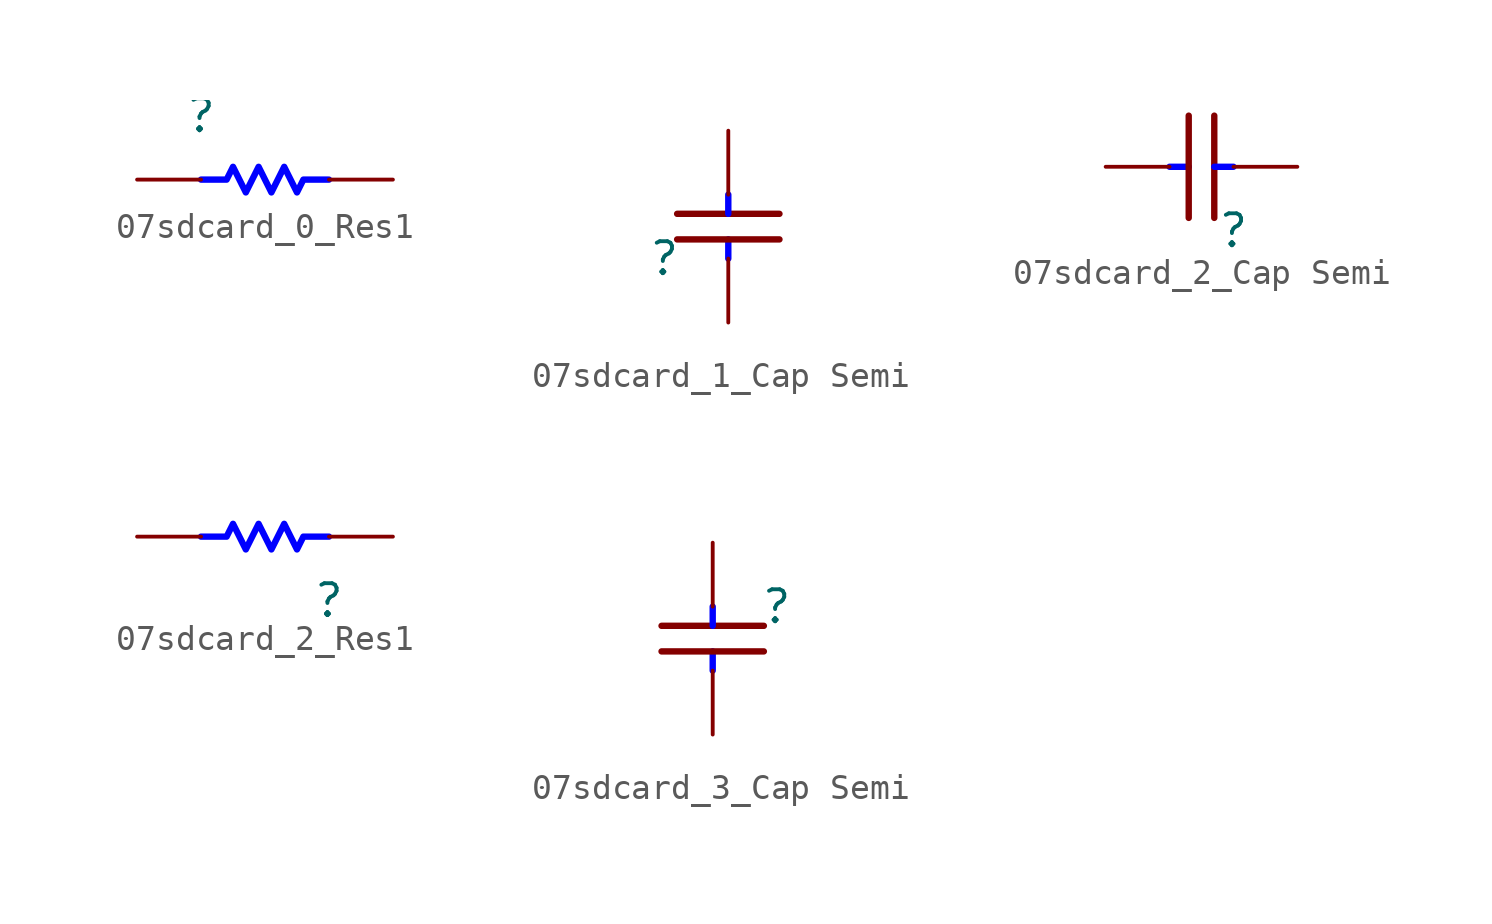
<source format=kicad_sym>
(kicad_symbol_lib
  (version 20220914)
  (generator kicad_symbol_editor)
  (symbol "07sdcard_0_Res1"
    (property "Reference" ""
      (at 0 0 0)
      (effects (font (size 1.27 1.27))))
    (property "Value" ""
      (at 0 0 0)
      (effects (font (size 1.27 1.27))))
    (symbol "07sdcard_0_Res1_1_0"
      (polyline (pts (xy 5.08 -2.54) (xy 4.064 -2.54) (xy 3.81 -3.048) (xy 3.302 -2.032) (xy 2.794 -3.048) (xy 2.286 -2.032) (xy 1.778 -3.048) (xy 1.27 -2.032) (xy 1.016 -2.54) (xy 0 -2.54)) (stroke (width 0.254) (type solid) (color 0 0 255 1)) (fill (type none)))
      (pin passive line (at -2.54 -2.54 0) (length 2.54) (name "1" (effects (font (size 0 0)))) (number "1" (effects (font (size 0 0)))))
      (pin passive line (at 7.62 -2.54 180) (length 2.54) (name "2" (effects (font (size 0 0)))) (number "2" (effects (font (size 0 0)))))))
  (symbol "07sdcard_1_Cap Semi"
    (property "Reference" ""
      (at 0 0 0)
      (effects (font (size 1.27 1.27))))
    (property "Value" ""
      (at 0 0 0)
      (effects (font (size 1.27 1.27))))
    (symbol "07sdcard_1_Cap Semi_1_0"
      (polyline (pts (xy 0.508 1.778) (xy 4.572 1.778)) (stroke (width 0.254) (type solid)) (fill (type none)))
      (polyline (pts (xy 2.54 0) (xy 2.54 0.762)) (stroke (width 0.254) (type solid) (color 0 0 255 1)) (fill (type none)))
      (polyline (pts (xy 2.54 2.54) (xy 2.54 1.778)) (stroke (width 0.254) (type solid) (color 0 0 255 1)) (fill (type none)))
      (polyline (pts (xy 4.572 0.762) (xy 0.508 0.762)) (stroke (width 0.254) (type solid)) (fill (type none)))
      (pin passive line (at 2.54 -2.54 90) (length 2.54) (name "1" (effects (font (size 0 0)))) (number "1" (effects (font (size 0 0)))))
      (pin passive line (at 2.54 5.08 270) (length 2.54) (name "2" (effects (font (size 0 0)))) (number "2" (effects (font (size 0 0)))))))
  (symbol "07sdcard_2_Cap Semi"
    (property "Reference" ""
      (at 0 0 0)
      (effects (font (size 1.27 1.27))))
    (property "Value" ""
      (at 0 0 0)
      (effects (font (size 1.27 1.27))))
    (symbol "07sdcard_2_Cap Semi_1_0"
      (polyline (pts (xy -2.54 2.54) (xy -1.778 2.54)) (stroke (width 0.254) (type solid) (color 0 0 255 1)) (fill (type none)))
      (polyline (pts (xy -1.778 0.508) (xy -1.778 4.572)) (stroke (width 0.254) (type solid)) (fill (type none)))
      (polyline (pts (xy -0.762 4.572) (xy -0.762 0.508)) (stroke (width 0.254) (type solid)) (fill (type none)))
      (polyline (pts (xy 0 2.54) (xy -0.762 2.54)) (stroke (width 0.254) (type solid) (color 0 0 255 1)) (fill (type none)))
      (pin passive line (at 2.54 2.54 180) (length 2.54) (name "1" (effects (font (size 0 0)))) (number "1" (effects (font (size 0 0)))))
      (pin passive line (at -5.08 2.54 0) (length 2.54) (name "2" (effects (font (size 0 0)))) (number "2" (effects (font (size 0 0)))))))
  (symbol "07sdcard_2_Res1"
    (property "Reference" ""
      (at 0 0 0)
      (effects (font (size 1.27 1.27))))
    (property "Value" ""
      (at 0 0 0)
      (effects (font (size 1.27 1.27))))
    (symbol "07sdcard_2_Res1_1_0"
      (polyline (pts (xy -5.08 2.54) (xy -4.064 2.54) (xy -3.81 3.048) (xy -3.302 2.032) (xy -2.794 3.048) (xy -2.286 2.032) (xy -1.778 3.048) (xy -1.27 2.032) (xy -1.016 2.54) (xy 0 2.54)) (stroke (width 0.254) (type solid) (color 0 0 255 1)) (fill (type none)))
      (pin passive line (at 2.54 2.54 180) (length 2.54) (name "1" (effects (font (size 0 0)))) (number "1" (effects (font (size 0 0)))))
      (pin passive line (at -7.62 2.54 0) (length 2.54) (name "2" (effects (font (size 0 0)))) (number "2" (effects (font (size 0 0)))))))
  (symbol "07sdcard_3_Cap Semi"
    (property "Reference" ""
      (at 0 0 0)
      (effects (font (size 1.27 1.27))))
    (property "Value" ""
      (at 0 0 0)
      (effects (font (size 1.27 1.27))))
    (symbol "07sdcard_3_Cap Semi_1_0"
      (polyline (pts (xy -4.572 -0.762) (xy -0.508 -0.762)) (stroke (width 0.254) (type solid)) (fill (type none)))
      (polyline (pts (xy -2.54 -2.54) (xy -2.54 -1.778)) (stroke (width 0.254) (type solid) (color 0 0 255 1)) (fill (type none)))
      (polyline (pts (xy -2.54 0) (xy -2.54 -0.762)) (stroke (width 0.254) (type solid) (color 0 0 255 1)) (fill (type none)))
      (polyline (pts (xy -0.508 -1.778) (xy -4.572 -1.778)) (stroke (width 0.254) (type solid)) (fill (type none)))
      (pin passive line (at -2.54 2.54 270) (length 2.54) (name "1" (effects (font (size 0 0)))) (number "1" (effects (font (size 0 0)))))
      (pin passive line (at -2.54 -5.08 90) (length 2.54) (name "2" (effects (font (size 0 0)))) (number "2" (effects (font (size 0 0))))))))
</source>
